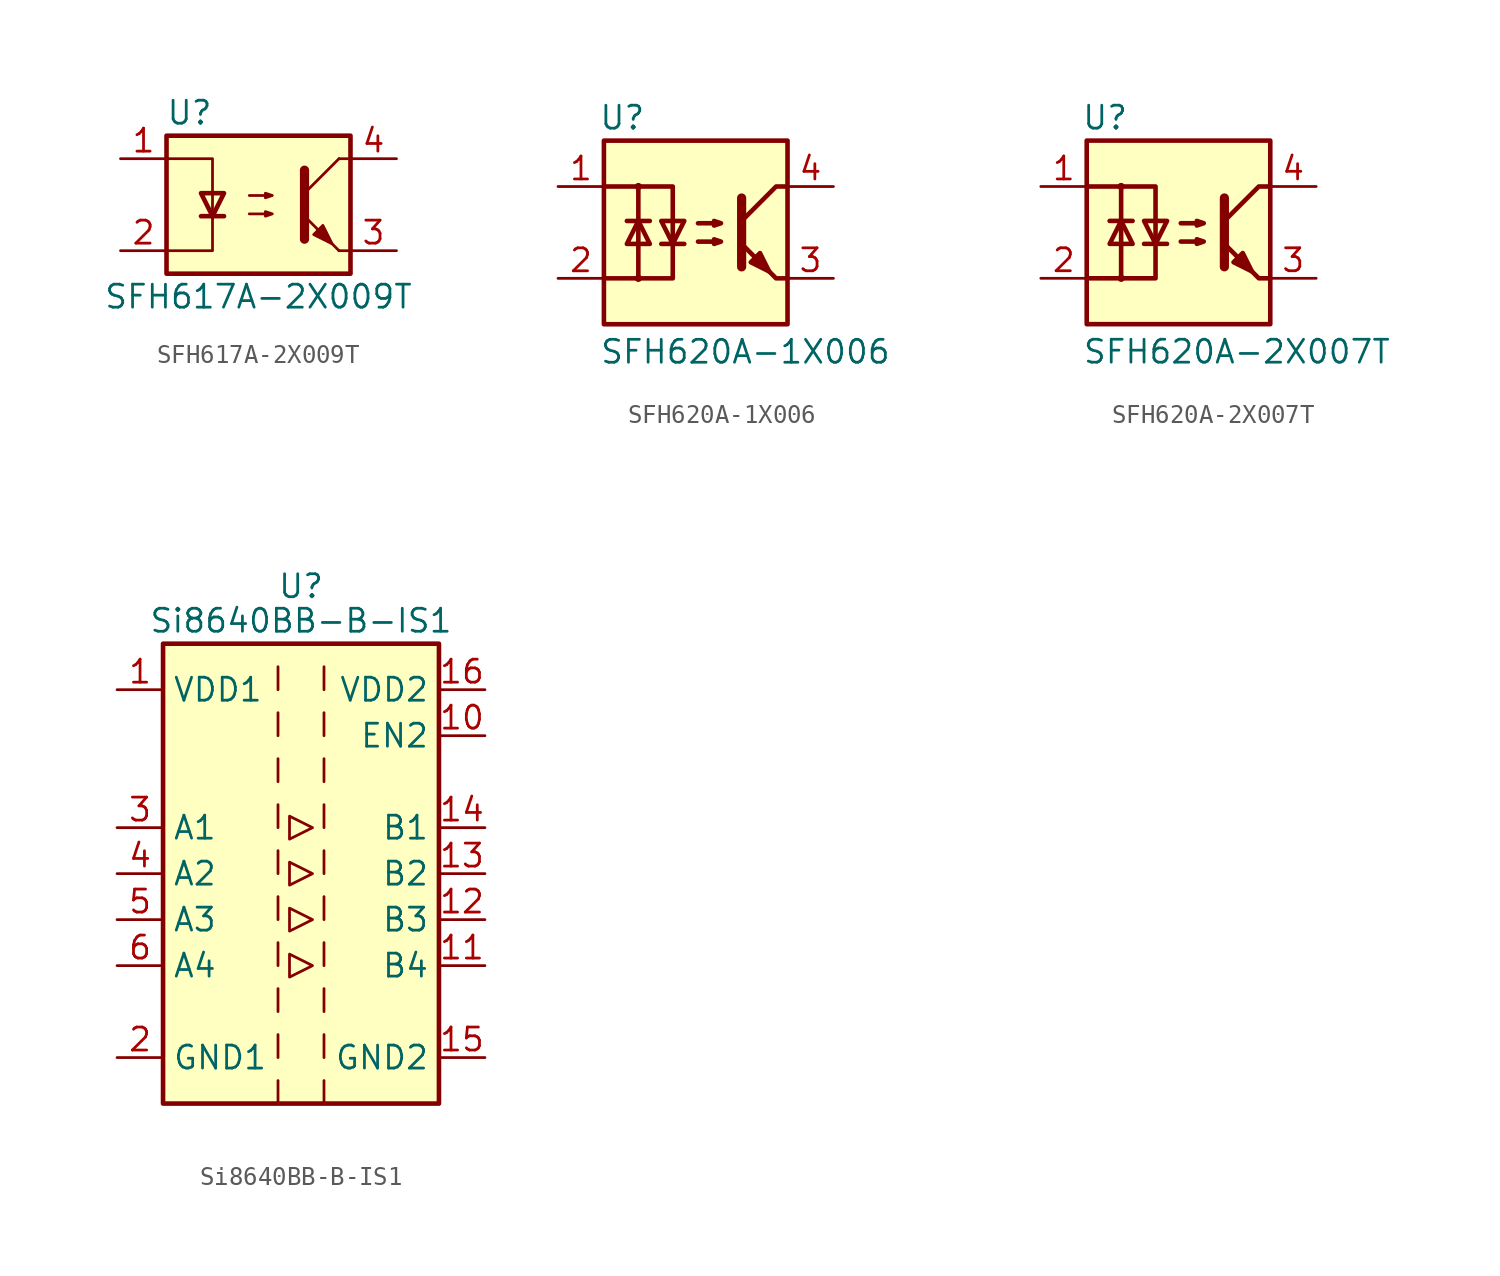
<source format=kicad_sym>
(kicad_symbol_lib
  (version 20220914)
  (generator kicad_symbol_editor)
  (symbol "SFH617A-2X009T"
    (property "Reference" "U"
      (at -3.81 5.08 0)
      (effects (font (size 1.27 1.27))))
    (property "Value" "SFH617A-2X009T"
      (at 0 -5.08 0)
      (effects (font (size 1.27 1.27))))
    (symbol "SFH617A-2X009T_1_1"
      (rectangle (start -5.08 3.81) (end 5.08 -3.81) (stroke (width 0.254) (type default)) (fill (type background)))
      (polyline (pts (xy -3.175 -0.635) (xy -1.905 -0.635)) (stroke (width 0.254) (type default)) (fill (type none)))
      (polyline (pts (xy 2.54 0.635) (xy 4.445 2.54)) (stroke (width 0) (type default)) (fill (type none)))
      (polyline (pts (xy 4.445 -2.54) (xy 2.54 -0.635)) (stroke (width 0) (type default)) (fill (type outline)))
      (polyline (pts (xy 4.445 -2.54) (xy 5.08 -2.54)) (stroke (width 0) (type default)) (fill (type none)))
      (polyline (pts (xy 4.445 2.54) (xy 5.08 2.54)) (stroke (width 0) (type default)) (fill (type none)))
      (polyline (pts (xy -5.08 2.54) (xy -2.54 2.54) (xy -2.54 -0.762)) (stroke (width 0) (type default)) (fill (type none)))
      (polyline (pts (xy -2.54 -0.635) (xy -2.54 -2.54) (xy -5.08 -2.54)) (stroke (width 0) (type default)) (fill (type none)))
      (polyline (pts (xy 2.54 1.905) (xy 2.54 -1.905) (xy 2.54 -1.905)) (stroke (width 0.508) (type default)) (fill (type none)))
      (polyline (pts (xy -2.54 -0.635) (xy -3.175 0.635) (xy -1.905 0.635) (xy -2.54 -0.635)) (stroke (width 0.254) (type default)) (fill (type none)))
      (polyline (pts (xy -0.508 -0.508) (xy 0.762 -0.508) (xy 0.381 -0.635) (xy 0.381 -0.381) (xy 0.762 -0.508)) (stroke (width 0) (type default)) (fill (type none)))
      (polyline (pts (xy -0.508 0.508) (xy 0.762 0.508) (xy 0.381 0.381) (xy 0.381 0.635) (xy 0.762 0.508)) (stroke (width 0) (type default)) (fill (type none)))
      (polyline (pts (xy 3.048 -1.651) (xy 3.556 -1.143) (xy 4.064 -2.159) (xy 3.048 -1.651) (xy 3.048 -1.651)) (stroke (width 0) (type default)) (fill (type outline)))
      (pin passive line (at -7.62 2.54 0) (length 2.54) (name "~" (effects (font (size 1.27 1.27)))) (number "1" (effects (font (size 1.27 1.27)))))
      (pin passive line (at -7.62 -2.54 0) (length 2.54) (name "~" (effects (font (size 1.27 1.27)))) (number "2" (effects (font (size 1.27 1.27)))))
      (pin passive line (at 7.62 -2.54 180) (length 2.54) (name "~" (effects (font (size 1.27 1.27)))) (number "3" (effects (font (size 1.27 1.27)))))
      (pin passive line (at 7.62 2.54 180) (length 2.54) (name "~" (effects (font (size 1.27 1.27)))) (number "4" (effects (font (size 1.27 1.27)))))))
  (symbol "SFH620A-1X006"
    (pin_names
      (offset 1.016))
    (property "Reference" "U"
      (at -4.064 6.35 0)
      (effects (font (size 1.27 1.27))))
    (property "Value" "SFH620A-1X006"
      (at -5.334 -6.604 0)
      (effects (font (size 1.27 1.27)) (justify left)))
    (symbol "SFH620A-1X006_1_1"
      (rectangle (start -5.08 5.08) (end 5.08 -5.08) (stroke (width 0.254) (type default)) (fill (type background)))
      (circle (center -3.175 -2.54) (radius 0.127) (stroke (width 0) (type default)) (fill (type none)))
      (circle (center -3.175 2.54) (radius 0.127) (stroke (width 0) (type default)) (fill (type none)))
      (polyline (pts (xy -3.81 0.635) (xy -2.54 0.635)) (stroke (width 0.254) (type default)) (fill (type none)))
      (polyline (pts (xy -1.905 -0.635) (xy -0.635 -0.635)) (stroke (width 0.254) (type default)) (fill (type none)))
      (polyline (pts (xy 2.54 1.905) (xy 2.54 -1.905) (xy 2.54 -1.905)) (stroke (width 0.508) (type default)) (fill (type none)))
      (polyline (pts (xy 5.08 -2.54) (xy 4.445 -2.54) (xy 2.54 -0.635)) (stroke (width 0.254) (type default)) (fill (type none)))
      (polyline (pts (xy 5.08 2.54) (xy 4.445 2.54) (xy 2.54 0.635)) (stroke (width 0.254) (type default)) (fill (type none)))
      (polyline (pts (xy -5.08 2.54) (xy -3.175 2.54) (xy -3.175 -2.54) (xy -5.08 -2.54)) (stroke (width 0.254) (type default)) (fill (type none)))
      (polyline (pts (xy -3.175 -2.54) (xy -1.27 -2.54) (xy -1.27 2.54) (xy -3.175 2.54)) (stroke (width 0.254) (type default)) (fill (type none)))
      (polyline (pts (xy -3.175 0.635) (xy -3.81 -0.635) (xy -2.54 -0.635) (xy -3.175 0.635)) (stroke (width 0.254) (type default)) (fill (type none)))
      (polyline (pts (xy -1.27 -0.635) (xy -1.905 0.635) (xy -0.635 0.635) (xy -1.27 -0.635)) (stroke (width 0.254) (type default)) (fill (type none)))
      (polyline (pts (xy 0.127 -0.508) (xy 1.397 -0.508) (xy 1.016 -0.635) (xy 1.016 -0.381) (xy 1.397 -0.508)) (stroke (width 0.254) (type default)) (fill (type none)))
      (polyline (pts (xy 0.127 0.508) (xy 1.397 0.508) (xy 1.016 0.381) (xy 1.016 0.635) (xy 1.397 0.508)) (stroke (width 0.254) (type default)) (fill (type none)))
      (polyline (pts (xy 3.048 -1.651) (xy 3.556 -1.143) (xy 4.064 -2.159) (xy 3.048 -1.651) (xy 3.048 -1.651)) (stroke (width 0.254) (type default)) (fill (type outline)))
      (pin passive line (at -7.62 2.54 0) (length 2.54) (name "~" (effects (font (size 1.27 1.27)))) (number "1" (effects (font (size 1.27 1.27)))))
      (pin passive line (at -7.62 -2.54 0) (length 2.54) (name "~" (effects (font (size 1.27 1.27)))) (number "2" (effects (font (size 1.27 1.27)))))
      (pin passive line (at 7.62 -2.54 180) (length 2.54) (name "~" (effects (font (size 1.27 1.27)))) (number "3" (effects (font (size 1.27 1.27)))))
      (pin passive line (at 7.62 2.54 180) (length 2.54) (name "~" (effects (font (size 1.27 1.27)))) (number "4" (effects (font (size 1.27 1.27)))))))
  (symbol "SFH620A-2X007T"
    (pin_names
      (offset 1.016))
    (property "Reference" "U"
      (at -4.064 6.35 0)
      (effects (font (size 1.27 1.27))))
    (property "Value" "SFH620A-2X007T"
      (at -5.334 -6.604 0)
      (effects (font (size 1.27 1.27)) (justify left)))
    (symbol "SFH620A-2X007T_1_1"
      (rectangle (start -5.08 5.08) (end 5.08 -5.08) (stroke (width 0.254) (type default)) (fill (type background)))
      (circle (center -3.175 -2.54) (radius 0.127) (stroke (width 0) (type default)) (fill (type none)))
      (circle (center -3.175 2.54) (radius 0.127) (stroke (width 0) (type default)) (fill (type none)))
      (polyline (pts (xy -3.81 0.635) (xy -2.54 0.635)) (stroke (width 0.254) (type default)) (fill (type none)))
      (polyline (pts (xy -1.905 -0.635) (xy -0.635 -0.635)) (stroke (width 0.254) (type default)) (fill (type none)))
      (polyline (pts (xy 2.54 1.905) (xy 2.54 -1.905) (xy 2.54 -1.905)) (stroke (width 0.508) (type default)) (fill (type none)))
      (polyline (pts (xy 5.08 -2.54) (xy 4.445 -2.54) (xy 2.54 -0.635)) (stroke (width 0.254) (type default)) (fill (type none)))
      (polyline (pts (xy 5.08 2.54) (xy 4.445 2.54) (xy 2.54 0.635)) (stroke (width 0.254) (type default)) (fill (type none)))
      (polyline (pts (xy -5.08 2.54) (xy -3.175 2.54) (xy -3.175 -2.54) (xy -5.08 -2.54)) (stroke (width 0.254) (type default)) (fill (type none)))
      (polyline (pts (xy -3.175 -2.54) (xy -1.27 -2.54) (xy -1.27 2.54) (xy -3.175 2.54)) (stroke (width 0.254) (type default)) (fill (type none)))
      (polyline (pts (xy -3.175 0.635) (xy -3.81 -0.635) (xy -2.54 -0.635) (xy -3.175 0.635)) (stroke (width 0.254) (type default)) (fill (type none)))
      (polyline (pts (xy -1.27 -0.635) (xy -1.905 0.635) (xy -0.635 0.635) (xy -1.27 -0.635)) (stroke (width 0.254) (type default)) (fill (type none)))
      (polyline (pts (xy 0.127 -0.508) (xy 1.397 -0.508) (xy 1.016 -0.635) (xy 1.016 -0.381) (xy 1.397 -0.508)) (stroke (width 0.254) (type default)) (fill (type none)))
      (polyline (pts (xy 0.127 0.508) (xy 1.397 0.508) (xy 1.016 0.381) (xy 1.016 0.635) (xy 1.397 0.508)) (stroke (width 0.254) (type default)) (fill (type none)))
      (polyline (pts (xy 3.048 -1.651) (xy 3.556 -1.143) (xy 4.064 -2.159) (xy 3.048 -1.651) (xy 3.048 -1.651)) (stroke (width 0.254) (type default)) (fill (type outline)))
      (pin passive line (at -7.62 2.54 0) (length 2.54) (name "~" (effects (font (size 1.27 1.27)))) (number "1" (effects (font (size 1.27 1.27)))))
      (pin passive line (at -7.62 -2.54 0) (length 2.54) (name "~" (effects (font (size 1.27 1.27)))) (number "2" (effects (font (size 1.27 1.27)))))
      (pin passive line (at 7.62 -2.54 180) (length 2.54) (name "~" (effects (font (size 1.27 1.27)))) (number "3" (effects (font (size 1.27 1.27)))))
      (pin passive line (at 7.62 2.54 180) (length 2.54) (name "~" (effects (font (size 1.27 1.27)))) (number "4" (effects (font (size 1.27 1.27)))))))
  (symbol "Si8640BB-B-IS1"
    (property "Reference" "U"
      (at 0 15.875 0)
      (effects (font (size 1.27 1.27))))
    (property "Value" "Si8640BB-B-IS1"
      (at 0 13.97 0)
      (effects (font (size 1.27 1.27))))
    (symbol "Si8640BB-B-IS1_0_1"
      (rectangle (start -7.62 12.7) (end 7.62 -12.7) (stroke (width 0.254) (type default)) (fill (type background)))
      (polyline (pts (xy -1.27 -11.43) (xy -1.27 -12.7)) (stroke (width 0) (type default)) (fill (type none)))
      (polyline (pts (xy -1.27 -8.89) (xy -1.27 -10.16)) (stroke (width 0) (type default)) (fill (type none)))
      (polyline (pts (xy -1.27 -6.35) (xy -1.27 -7.62)) (stroke (width 0) (type default)) (fill (type none)))
      (polyline (pts (xy -1.27 -3.81) (xy -1.27 -5.08)) (stroke (width 0) (type default)) (fill (type none)))
      (polyline (pts (xy -1.27 -1.27) (xy -1.27 -2.54)) (stroke (width 0) (type default)) (fill (type none)))
      (polyline (pts (xy -1.27 1.27) (xy -1.27 0)) (stroke (width 0) (type default)) (fill (type none)))
      (polyline (pts (xy -1.27 3.81) (xy -1.27 2.54)) (stroke (width 0) (type default)) (fill (type none)))
      (polyline (pts (xy -1.27 6.35) (xy -1.27 5.08)) (stroke (width 0) (type default)) (fill (type none)))
      (polyline (pts (xy -1.27 8.89) (xy -1.27 7.62)) (stroke (width 0) (type default)) (fill (type none)))
      (polyline (pts (xy -1.27 11.43) (xy -1.27 10.16)) (stroke (width 0) (type default)) (fill (type none)))
      (polyline (pts (xy 1.27 -11.43) (xy 1.27 -12.7)) (stroke (width 0) (type default)) (fill (type none)))
      (polyline (pts (xy 1.27 -8.89) (xy 1.27 -10.16)) (stroke (width 0) (type default)) (fill (type none)))
      (polyline (pts (xy 1.27 -6.35) (xy 1.27 -7.62)) (stroke (width 0) (type default)) (fill (type none)))
      (polyline (pts (xy 1.27 -3.81) (xy 1.27 -5.08)) (stroke (width 0) (type default)) (fill (type none)))
      (polyline (pts (xy 1.27 -1.27) (xy 1.27 -2.54)) (stroke (width 0) (type default)) (fill (type none)))
      (polyline (pts (xy 1.27 1.27) (xy 1.27 0)) (stroke (width 0) (type default)) (fill (type none)))
      (polyline (pts (xy 1.27 3.81) (xy 1.27 2.54)) (stroke (width 0) (type default)) (fill (type none)))
      (polyline (pts (xy 1.27 6.35) (xy 1.27 5.08)) (stroke (width 0) (type default)) (fill (type none)))
      (polyline (pts (xy 1.27 8.89) (xy 1.27 7.62)) (stroke (width 0) (type default)) (fill (type none)))
      (polyline (pts (xy 1.27 11.43) (xy 1.27 10.16)) (stroke (width 0) (type default)) (fill (type none)))
      (polyline (pts (xy -0.635 0.635) (xy -0.635 -0.635) (xy 0.635 0) (xy -0.635 0.635)) (stroke (width 0) (type default)) (fill (type none)))
      (polyline (pts (xy -0.635 3.175) (xy -0.635 1.905) (xy 0.635 2.54) (xy -0.635 3.175)) (stroke (width 0) (type default)) (fill (type none)))
      (polyline (pts (xy 0.635 -5.08) (xy -0.635 -4.445) (xy -0.635 -5.715) (xy 0.635 -5.08)) (stroke (width 0) (type default)) (fill (type none)))
      (polyline (pts (xy 0.635 -2.54) (xy -0.635 -1.905) (xy -0.635 -3.175) (xy 0.635 -2.54)) (stroke (width 0) (type default)) (fill (type none))))
    (symbol "Si8640BB-B-IS1_1_1"
      (pin power_in line (at -10.16 10.16 0) (length 2.54) (name "VDD1" (effects (font (size 1.27 1.27)))) (number "1" (effects (font (size 1.27 1.27)))))
      (pin input line (at 10.16 7.62 180) (length 2.54) (name "EN2" (effects (font (size 1.27 1.27)))) (number "10" (effects (font (size 1.27 1.27)))))
      (pin output line (at 10.16 -5.08 180) (length 2.54) (name "B4" (effects (font (size 1.27 1.27)))) (number "11" (effects (font (size 1.27 1.27)))))
      (pin output line (at 10.16 -2.54 180) (length 2.54) (name "B3" (effects (font (size 1.27 1.27)))) (number "12" (effects (font (size 1.27 1.27)))))
      (pin output line (at 10.16 0 180) (length 2.54) (name "B2" (effects (font (size 1.27 1.27)))) (number "13" (effects (font (size 1.27 1.27)))))
      (pin output line (at 10.16 2.54 180) (length 2.54) (name "B1" (effects (font (size 1.27 1.27)))) (number "14" (effects (font (size 1.27 1.27)))))
      (pin power_in line (at 10.16 -10.16 180) (length 2.54) (name "GND2" (effects (font (size 1.27 1.27)))) (number "15" (effects (font (size 1.27 1.27)))))
      (pin power_in line (at 10.16 10.16 180) (length 2.54) (name "VDD2" (effects (font (size 1.27 1.27)))) (number "16" (effects (font (size 1.27 1.27)))))
      (pin power_in line (at -10.16 -10.16 0) (length 2.54) (name "GND1" (effects (font (size 1.27 1.27)))) (number "2" (effects (font (size 1.27 1.27)))))
      (pin input line (at -10.16 2.54 0) (length 2.54) (name "A1" (effects (font (size 1.27 1.27)))) (number "3" (effects (font (size 1.27 1.27)))))
      (pin input line (at -10.16 0 0) (length 2.54) (name "A2" (effects (font (size 1.27 1.27)))) (number "4" (effects (font (size 1.27 1.27)))))
      (pin input line (at -10.16 -2.54 0) (length 2.54) (name "A3" (effects (font (size 1.27 1.27)))) (number "5" (effects (font (size 1.27 1.27)))))
      (pin input line (at -10.16 -5.08 0) (length 2.54) (name "A4" (effects (font (size 1.27 1.27)))) (number "6" (effects (font (size 1.27 1.27)))))
      (pin no_connect line (at -7.62 7.62 0) (length 2.54) hide (name "NC" (effects (font (size 1.27 1.27)))) (number "7" (effects (font (size 1.27 1.27)))))
      (pin passive line (at -10.16 -10.16 0) (length 2.54) hide (name "GND1" (effects (font (size 1.27 1.27)))) (number "8" (effects (font (size 1.27 1.27)))))
      (pin passive line (at 10.16 -10.16 180) (length 2.54) hide (name "GND2" (effects (font (size 1.27 1.27)))) (number "9" (effects (font (size 1.27 1.27))))))))
</source>
